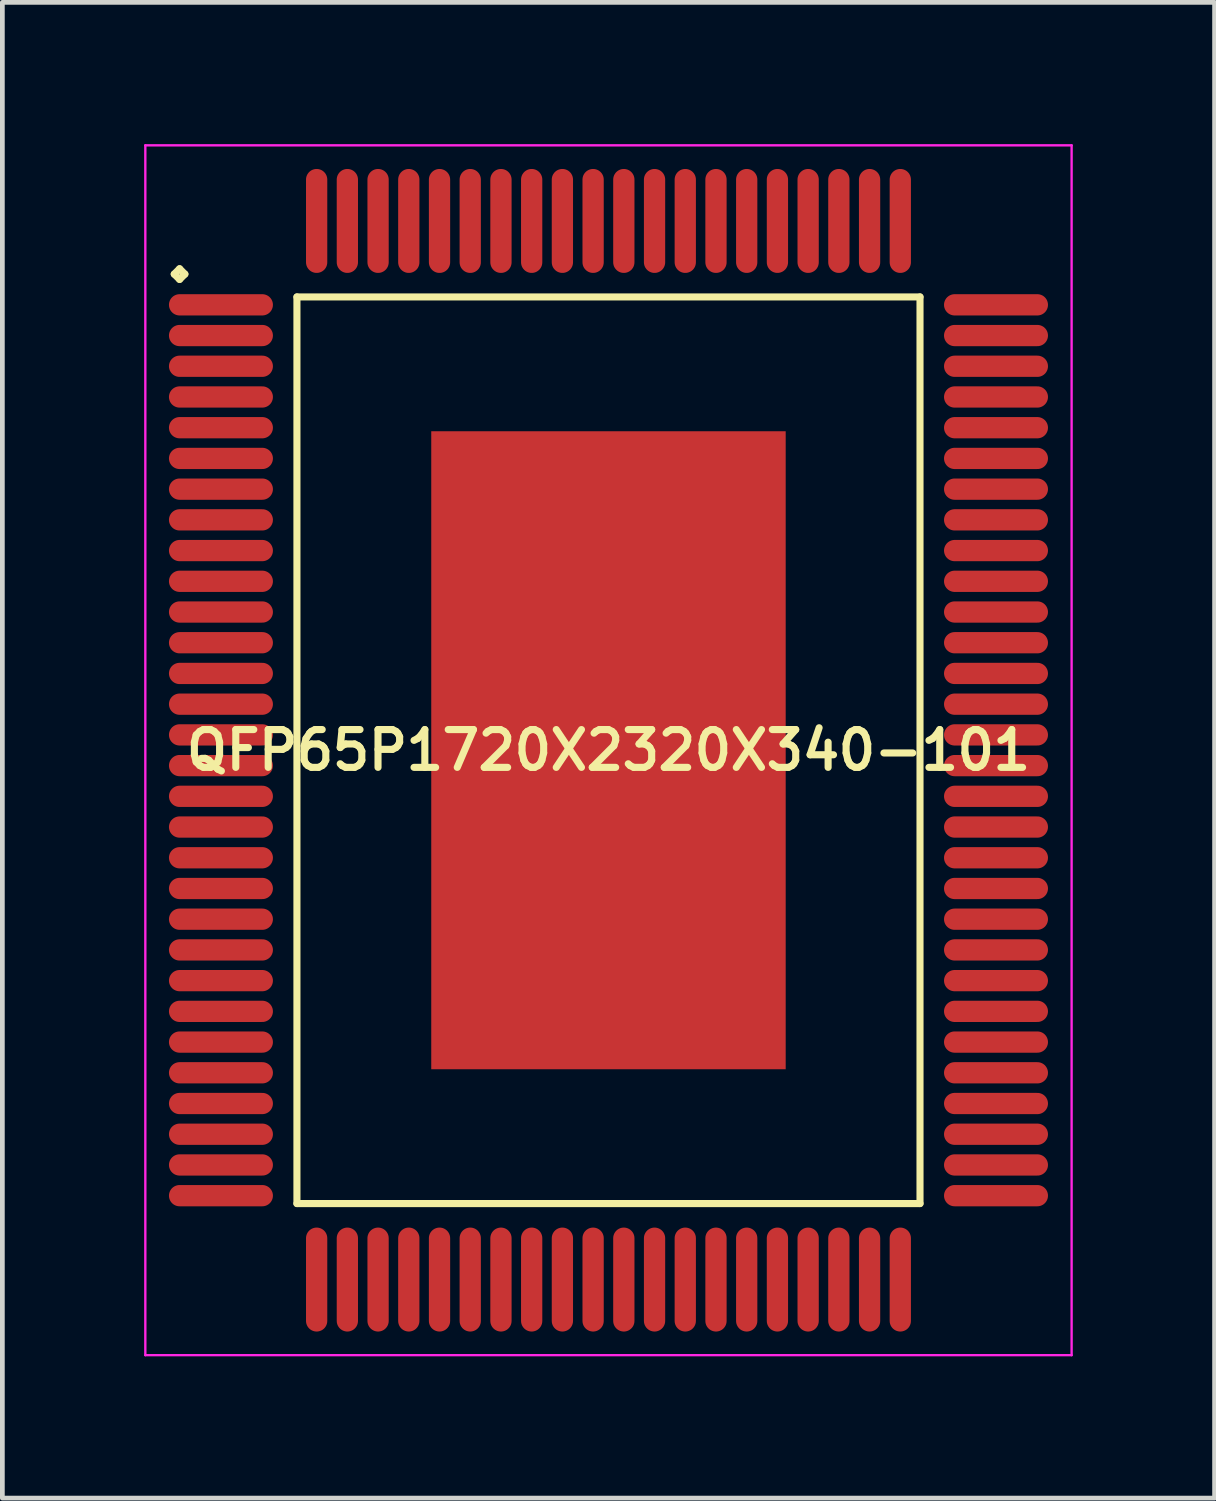
<source format=kicad_pcb>
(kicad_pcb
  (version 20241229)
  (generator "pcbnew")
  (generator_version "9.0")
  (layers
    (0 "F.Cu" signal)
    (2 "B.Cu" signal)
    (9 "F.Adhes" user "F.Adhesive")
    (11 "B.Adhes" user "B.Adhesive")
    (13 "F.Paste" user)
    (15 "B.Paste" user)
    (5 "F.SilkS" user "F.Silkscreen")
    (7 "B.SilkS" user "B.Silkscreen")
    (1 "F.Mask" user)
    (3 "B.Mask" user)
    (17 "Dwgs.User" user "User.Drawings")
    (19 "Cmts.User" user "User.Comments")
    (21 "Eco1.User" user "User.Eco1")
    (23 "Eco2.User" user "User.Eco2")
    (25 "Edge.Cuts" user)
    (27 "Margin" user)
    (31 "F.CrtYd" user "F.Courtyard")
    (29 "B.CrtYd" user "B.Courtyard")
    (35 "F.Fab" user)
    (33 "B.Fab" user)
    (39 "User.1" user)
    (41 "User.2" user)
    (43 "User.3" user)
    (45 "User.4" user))
  (footprint "QFP65P1720X2320X340-101"
    (layer "F.Cu")
    (at 9.825 12.825)
    (property "Reference" "QFP65P1720X2320X340-101" (at 0 0 0) (layer "F.SilkS") (effects (font (size 0.8 0.8) (thickness 0.15))))
    (attr smd)
    (fp_line (start -9.188 -10.075) (end -9.075 -10.188) (stroke (width 0.15) (type solid)) (layer "F.SilkS"))
    (fp_line (start -9.075 -10.188) (end -8.963 -10.075) (stroke (width 0.15) (type solid)) (layer "F.SilkS"))
    (fp_line (start -9.075 -9.963) (end -9.188 -10.075) (stroke (width 0.15) (type solid)) (layer "F.SilkS"))
    (fp_line (start -8.963 -10.075) (end -9.075 -9.963) (stroke (width 0.15) (type solid)) (layer "F.SilkS"))
    (fp_line (start -6.592 -9.592) (end -6.592 9.592) (stroke (width 0.15) (type solid)) (layer "F.SilkS"))
    (fp_line (start -6.592 9.592) (end 6.592 9.592) (stroke (width 0.15) (type solid)) (layer "F.SilkS"))
    (fp_line (start 6.592 -9.592) (end -6.592 -9.592) (stroke (width 0.15) (type solid)) (layer "F.SilkS"))
    (fp_line (start 6.592 9.592) (end 6.592 -9.592) (stroke (width 0.15) (type solid)) (layer "F.SilkS"))
    (fp_line (start -9.8 -12.8) (end 9.8 -12.8) (stroke (width 0.05) (type solid)) (layer "F.CrtYd"))
    (fp_line (start -9.8 12.8) (end -9.8 -12.8) (stroke (width 0.05) (type solid)) (layer "F.CrtYd"))
    (fp_line (start 9.8 -12.8) (end 9.8 12.8) (stroke (width 0.05) (type solid)) (layer "F.CrtYd"))
    (fp_line (start 9.8 12.8) (end -9.8 12.8) (stroke (width 0.05) (type solid)) (layer "F.CrtYd"))
    (pad "1" smd oval (at -8.2 -9.425) (size 2.2 0.45) (layers "F.Cu" "F.Mask" "F.Paste"))
    (pad "2" smd oval (at -8.2 -8.775) (size 2.2 0.45) (layers "F.Cu" "F.Mask" "F.Paste"))
    (pad "3" smd oval (at -8.2 -8.125) (size 2.2 0.45) (layers "F.Cu" "F.Mask" "F.Paste"))
    (pad "4" smd oval (at -8.2 -7.475) (size 2.2 0.45) (layers "F.Cu" "F.Mask" "F.Paste"))
    (pad "5" smd oval (at -8.2 -6.825) (size 2.2 0.45) (layers "F.Cu" "F.Mask" "F.Paste"))
    (pad "6" smd oval (at -8.2 -6.175) (size 2.2 0.45) (layers "F.Cu" "F.Mask" "F.Paste"))
    (pad "7" smd oval (at -8.2 -5.525) (size 2.2 0.45) (layers "F.Cu" "F.Mask" "F.Paste"))
    (pad "8" smd oval (at -8.2 -4.875) (size 2.2 0.45) (layers "F.Cu" "F.Mask" "F.Paste"))
    (pad "9" smd oval (at -8.2 -4.225) (size 2.2 0.45) (layers "F.Cu" "F.Mask" "F.Paste"))
    (pad "10" smd oval (at -8.2 -3.575) (size 2.2 0.45) (layers "F.Cu" "F.Mask" "F.Paste"))
    (pad "11" smd oval (at -8.2 -2.925) (size 2.2 0.45) (layers "F.Cu" "F.Mask" "F.Paste"))
    (pad "12" smd oval (at -8.2 -2.275) (size 2.2 0.45) (layers "F.Cu" "F.Mask" "F.Paste"))
    (pad "13" smd oval (at -8.2 -1.625) (size 2.2 0.45) (layers "F.Cu" "F.Mask" "F.Paste"))
    (pad "14" smd oval (at -8.2 -0.975) (size 2.2 0.45) (layers "F.Cu" "F.Mask" "F.Paste"))
    (pad "15" smd oval (at -8.2 -0.325) (size 2.2 0.45) (layers "F.Cu" "F.Mask" "F.Paste"))
    (pad "16" smd oval (at -8.2 0.325) (size 2.2 0.45) (layers "F.Cu" "F.Mask" "F.Paste"))
    (pad "17" smd oval (at -8.2 0.975) (size 2.2 0.45) (layers "F.Cu" "F.Mask" "F.Paste"))
    (pad "18" smd oval (at -8.2 1.625) (size 2.2 0.45) (layers "F.Cu" "F.Mask" "F.Paste"))
    (pad "19" smd oval (at -8.2 2.275) (size 2.2 0.45) (layers "F.Cu" "F.Mask" "F.Paste"))
    (pad "20" smd oval (at -8.2 2.925) (size 2.2 0.45) (layers "F.Cu" "F.Mask" "F.Paste"))
    (pad "21" smd oval (at -8.2 3.575) (size 2.2 0.45) (layers "F.Cu" "F.Mask" "F.Paste"))
    (pad "22" smd oval (at -8.2 4.225) (size 2.2 0.45) (layers "F.Cu" "F.Mask" "F.Paste"))
    (pad "23" smd oval (at -8.2 4.875) (size 2.2 0.45) (layers "F.Cu" "F.Mask" "F.Paste"))
    (pad "24" smd oval (at -8.2 5.525) (size 2.2 0.45) (layers "F.Cu" "F.Mask" "F.Paste"))
    (pad "25" smd oval (at -8.2 6.175) (size 2.2 0.45) (layers "F.Cu" "F.Mask" "F.Paste"))
    (pad "26" smd oval (at -8.2 6.825) (size 2.2 0.45) (layers "F.Cu" "F.Mask" "F.Paste"))
    (pad "27" smd oval (at -8.2 7.475) (size 2.2 0.45) (layers "F.Cu" "F.Mask" "F.Paste"))
    (pad "28" smd oval (at -8.2 8.125) (size 2.2 0.45) (layers "F.Cu" "F.Mask" "F.Paste"))
    (pad "29" smd oval (at -8.2 8.775) (size 2.2 0.45) (layers "F.Cu" "F.Mask" "F.Paste"))
    (pad "30" smd oval (at -8.2 9.425) (size 2.2 0.45) (layers "F.Cu" "F.Mask" "F.Paste"))
    (pad "31" smd oval (at -6.175 11.2) (size 0.45 2.2) (layers "F.Cu" "F.Mask" "F.Paste"))
    (pad "32" smd oval (at -5.525 11.2) (size 0.45 2.2) (layers "F.Cu" "F.Mask" "F.Paste"))
    (pad "33" smd oval (at -4.875 11.2) (size 0.45 2.2) (layers "F.Cu" "F.Mask" "F.Paste"))
    (pad "34" smd oval (at -4.225 11.2) (size 0.45 2.2) (layers "F.Cu" "F.Mask" "F.Paste"))
    (pad "35" smd oval (at -3.575 11.2) (size 0.45 2.2) (layers "F.Cu" "F.Mask" "F.Paste"))
    (pad "36" smd oval (at -2.925 11.2) (size 0.45 2.2) (layers "F.Cu" "F.Mask" "F.Paste"))
    (pad "37" smd oval (at -2.275 11.2) (size 0.45 2.2) (layers "F.Cu" "F.Mask" "F.Paste"))
    (pad "38" smd oval (at -1.625 11.2) (size 0.45 2.2) (layers "F.Cu" "F.Mask" "F.Paste"))
    (pad "39" smd oval (at -0.975 11.2) (size 0.45 2.2) (layers "F.Cu" "F.Mask" "F.Paste"))
    (pad "40" smd oval (at -0.325 11.2) (size 0.45 2.2) (layers "F.Cu" "F.Mask" "F.Paste"))
    (pad "41" smd oval (at 0.325 11.2) (size 0.45 2.2) (layers "F.Cu" "F.Mask" "F.Paste"))
    (pad "42" smd oval (at 0.975 11.2) (size 0.45 2.2) (layers "F.Cu" "F.Mask" "F.Paste"))
    (pad "43" smd oval (at 1.625 11.2) (size 0.45 2.2) (layers "F.Cu" "F.Mask" "F.Paste"))
    (pad "44" smd oval (at 2.275 11.2) (size 0.45 2.2) (layers "F.Cu" "F.Mask" "F.Paste"))
    (pad "45" smd oval (at 2.925 11.2) (size 0.45 2.2) (layers "F.Cu" "F.Mask" "F.Paste"))
    (pad "46" smd oval (at 3.575 11.2) (size 0.45 2.2) (layers "F.Cu" "F.Mask" "F.Paste"))
    (pad "47" smd oval (at 4.225 11.2) (size 0.45 2.2) (layers "F.Cu" "F.Mask" "F.Paste"))
    (pad "48" smd oval (at 4.875 11.2) (size 0.45 2.2) (layers "F.Cu" "F.Mask" "F.Paste"))
    (pad "49" smd oval (at 5.525 11.2) (size 0.45 2.2) (layers "F.Cu" "F.Mask" "F.Paste"))
    (pad "50" smd oval (at 6.175 11.2) (size 0.45 2.2) (layers "F.Cu" "F.Mask" "F.Paste"))
    (pad "51" smd oval (at 8.2 9.425) (size 2.2 0.45) (layers "F.Cu" "F.Mask" "F.Paste"))
    (pad "52" smd oval (at 8.2 8.775) (size 2.2 0.45) (layers "F.Cu" "F.Mask" "F.Paste"))
    (pad "53" smd oval (at 8.2 8.125) (size 2.2 0.45) (layers "F.Cu" "F.Mask" "F.Paste"))
    (pad "54" smd oval (at 8.2 7.475) (size 2.2 0.45) (layers "F.Cu" "F.Mask" "F.Paste"))
    (pad "55" smd oval (at 8.2 6.825) (size 2.2 0.45) (layers "F.Cu" "F.Mask" "F.Paste"))
    (pad "56" smd oval (at 8.2 6.175) (size 2.2 0.45) (layers "F.Cu" "F.Mask" "F.Paste"))
    (pad "57" smd oval (at 8.2 5.525) (size 2.2 0.45) (layers "F.Cu" "F.Mask" "F.Paste"))
    (pad "58" smd oval (at 8.2 4.875) (size 2.2 0.45) (layers "F.Cu" "F.Mask" "F.Paste"))
    (pad "59" smd oval (at 8.2 4.225) (size 2.2 0.45) (layers "F.Cu" "F.Mask" "F.Paste"))
    (pad "60" smd oval (at 8.2 3.575) (size 2.2 0.45) (layers "F.Cu" "F.Mask" "F.Paste"))
    (pad "61" smd oval (at 8.2 2.925) (size 2.2 0.45) (layers "F.Cu" "F.Mask" "F.Paste"))
    (pad "62" smd oval (at 8.2 2.275) (size 2.2 0.45) (layers "F.Cu" "F.Mask" "F.Paste"))
    (pad "63" smd oval (at 8.2 1.625) (size 2.2 0.45) (layers "F.Cu" "F.Mask" "F.Paste"))
    (pad "64" smd oval (at 8.2 0.975) (size 2.2 0.45) (layers "F.Cu" "F.Mask" "F.Paste"))
    (pad "65" smd oval (at 8.2 0.325) (size 2.2 0.45) (layers "F.Cu" "F.Mask" "F.Paste"))
    (pad "66" smd oval (at 8.2 -0.325) (size 2.2 0.45) (layers "F.Cu" "F.Mask" "F.Paste"))
    (pad "67" smd oval (at 8.2 -0.975) (size 2.2 0.45) (layers "F.Cu" "F.Mask" "F.Paste"))
    (pad "68" smd oval (at 8.2 -1.625) (size 2.2 0.45) (layers "F.Cu" "F.Mask" "F.Paste"))
    (pad "69" smd oval (at 8.2 -2.275) (size 2.2 0.45) (layers "F.Cu" "F.Mask" "F.Paste"))
    (pad "70" smd oval (at 8.2 -2.925) (size 2.2 0.45) (layers "F.Cu" "F.Mask" "F.Paste"))
    (pad "71" smd oval (at 8.2 -3.575) (size 2.2 0.45) (layers "F.Cu" "F.Mask" "F.Paste"))
    (pad "72" smd oval (at 8.2 -4.225) (size 2.2 0.45) (layers "F.Cu" "F.Mask" "F.Paste"))
    (pad "73" smd oval (at 8.2 -4.875) (size 2.2 0.45) (layers "F.Cu" "F.Mask" "F.Paste"))
    (pad "74" smd oval (at 8.2 -5.525) (size 2.2 0.45) (layers "F.Cu" "F.Mask" "F.Paste"))
    (pad "75" smd oval (at 8.2 -6.175) (size 2.2 0.45) (layers "F.Cu" "F.Mask" "F.Paste"))
    (pad "76" smd oval (at 8.2 -6.825) (size 2.2 0.45) (layers "F.Cu" "F.Mask" "F.Paste"))
    (pad "77" smd oval (at 8.2 -7.475) (size 2.2 0.45) (layers "F.Cu" "F.Mask" "F.Paste"))
    (pad "78" smd oval (at 8.2 -8.125) (size 2.2 0.45) (layers "F.Cu" "F.Mask" "F.Paste"))
    (pad "79" smd oval (at 8.2 -8.775) (size 2.2 0.45) (layers "F.Cu" "F.Mask" "F.Paste"))
    (pad "80" smd oval (at 8.2 -9.425) (size 2.2 0.45) (layers "F.Cu" "F.Mask" "F.Paste"))
    (pad "81" smd oval (at 6.175 -11.2) (size 0.45 2.2) (layers "F.Cu" "F.Mask" "F.Paste"))
    (pad "82" smd oval (at 5.525 -11.2) (size 0.45 2.2) (layers "F.Cu" "F.Mask" "F.Paste"))
    (pad "83" smd oval (at 4.875 -11.2) (size 0.45 2.2) (layers "F.Cu" "F.Mask" "F.Paste"))
    (pad "84" smd oval (at 4.225 -11.2) (size 0.45 2.2) (layers "F.Cu" "F.Mask" "F.Paste"))
    (pad "85" smd oval (at 3.575 -11.2) (size 0.45 2.2) (layers "F.Cu" "F.Mask" "F.Paste"))
    (pad "86" smd oval (at 2.925 -11.2) (size 0.45 2.2) (layers "F.Cu" "F.Mask" "F.Paste"))
    (pad "87" smd oval (at 2.275 -11.2) (size 0.45 2.2) (layers "F.Cu" "F.Mask" "F.Paste"))
    (pad "88" smd oval (at 1.625 -11.2) (size 0.45 2.2) (layers "F.Cu" "F.Mask" "F.Paste"))
    (pad "89" smd oval (at 0.975 -11.2) (size 0.45 2.2) (layers "F.Cu" "F.Mask" "F.Paste"))
    (pad "90" smd oval (at 0.325 -11.2) (size 0.45 2.2) (layers "F.Cu" "F.Mask" "F.Paste"))
    (pad "91" smd oval (at -0.325 -11.2) (size 0.45 2.2) (layers "F.Cu" "F.Mask" "F.Paste"))
    (pad "92" smd oval (at -0.975 -11.2) (size 0.45 2.2) (layers "F.Cu" "F.Mask" "F.Paste"))
    (pad "93" smd oval (at -1.625 -11.2) (size 0.45 2.2) (layers "F.Cu" "F.Mask" "F.Paste"))
    (pad "94" smd oval (at -2.275 -11.2) (size 0.45 2.2) (layers "F.Cu" "F.Mask" "F.Paste"))
    (pad "95" smd oval (at -2.925 -11.2) (size 0.45 2.2) (layers "F.Cu" "F.Mask" "F.Paste"))
    (pad "96" smd oval (at -3.575 -11.2) (size 0.45 2.2) (layers "F.Cu" "F.Mask" "F.Paste"))
    (pad "97" smd oval (at -4.225 -11.2) (size 0.45 2.2) (layers "F.Cu" "F.Mask" "F.Paste"))
    (pad "98" smd oval (at -4.875 -11.2) (size 0.45 2.2) (layers "F.Cu" "F.Mask" "F.Paste"))
    (pad "99" smd oval (at -5.525 -11.2) (size 0.45 2.2) (layers "F.Cu" "F.Mask" "F.Paste"))
    (pad "100" smd oval (at -6.175 -11.2) (size 0.45 2.2) (layers "F.Cu" "F.Mask" "F.Paste"))
    (pad "101" smd rect (at 0 0) (size 7.5 13.5) (layers "F.Cu" "F.Mask" "F.Paste")))
  (gr_rect
    (start -3 -3)
    (end 22.65 28.65)
    (stroke (width 0.1) (type default))
    (fill no)
    (layer "Edge.Cuts")))
</source>
